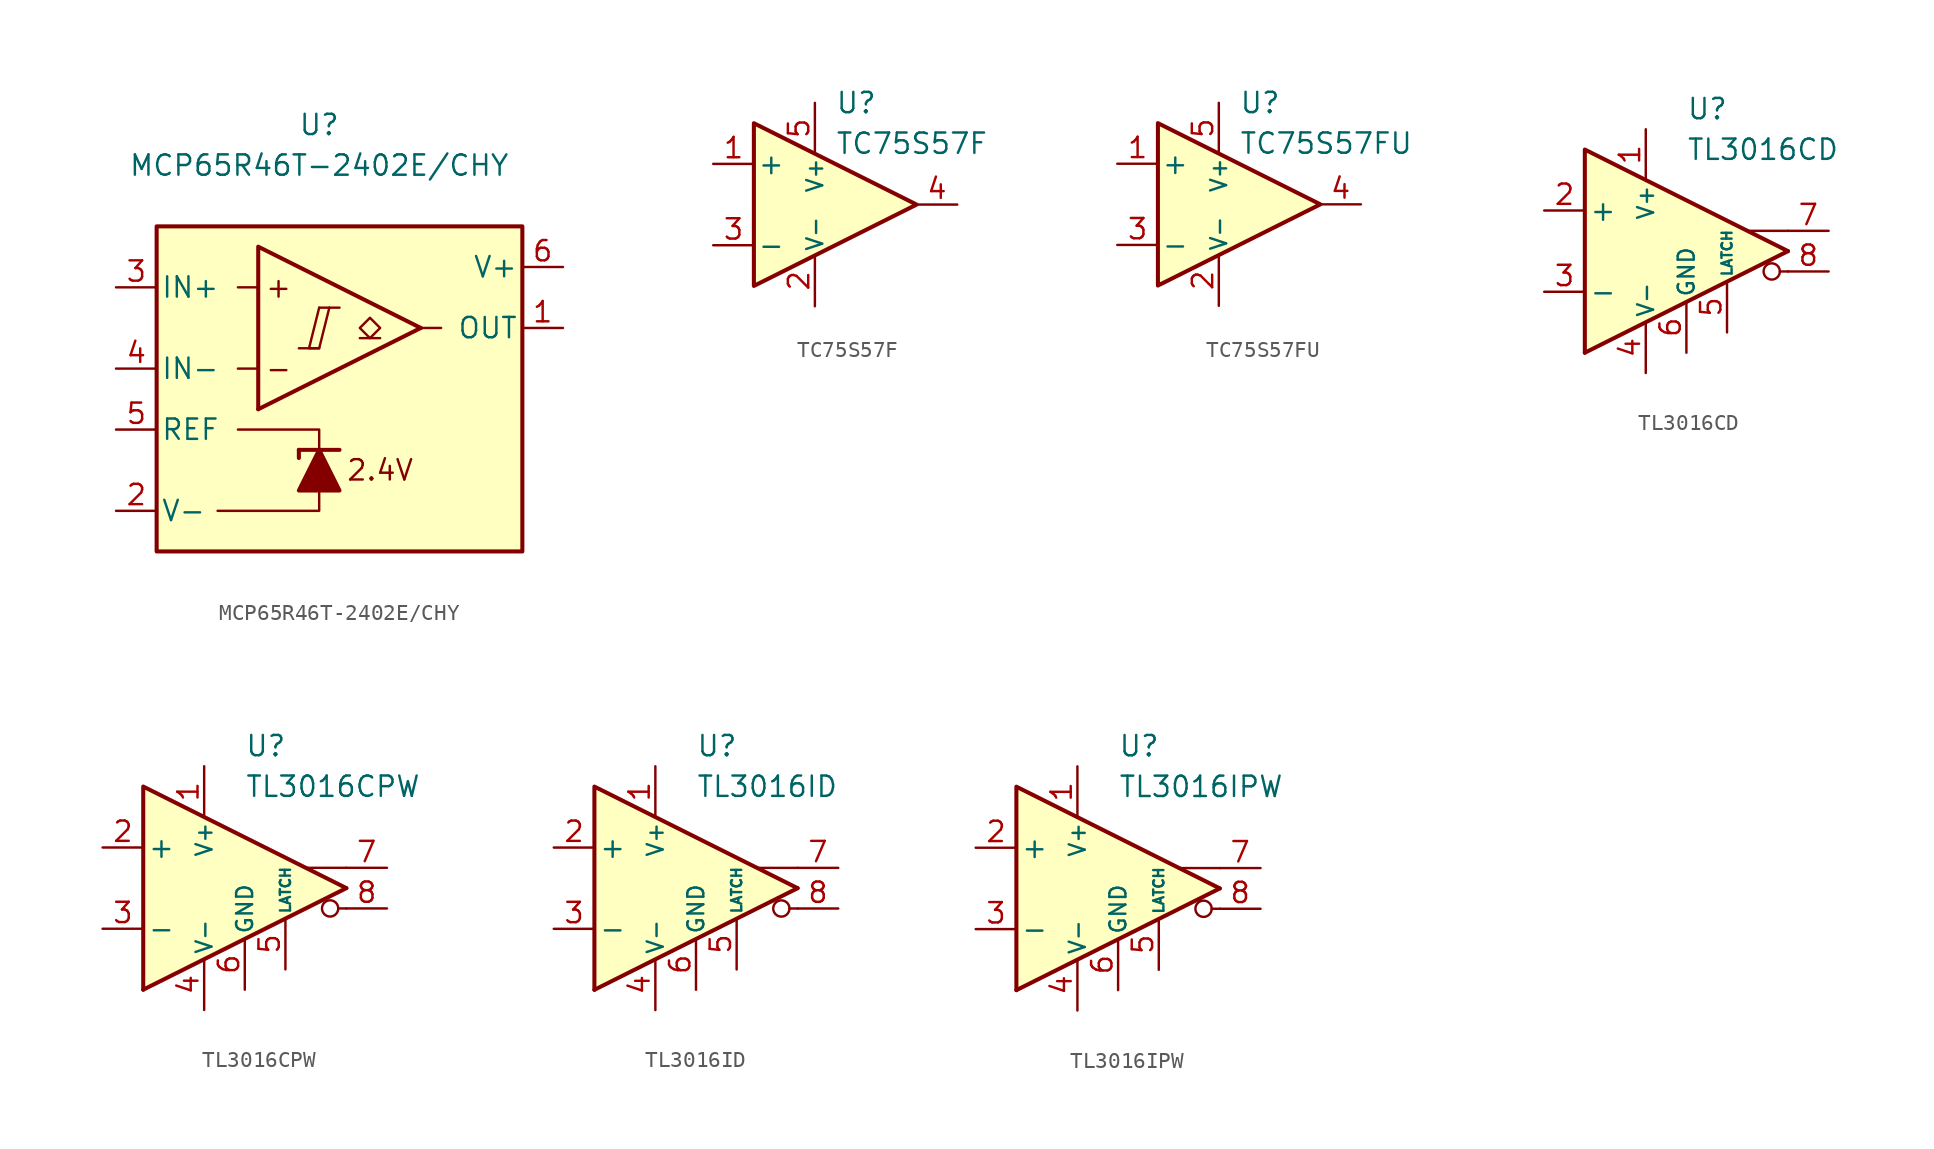
<source format=kicad_sym>
(kicad_symbol_lib
  (version 20231120)
  (generator "kicad_symbol_editor")
  (generator_version "8.0")
  (symbol "MCP65R46T-2402E/CHY"
    (pin_names
      (offset 0.254))
    (property "Reference" "U"
      (at 0 16.51 0)
      (effects (font (size 1.27 1.27))))
    (property "Value" "MCP65R46T-2402E{slash}CHY"
      (at 0 13.97 0)
      (effects (font (size 1.27 1.27))))
    (symbol "MCP65R46T-2402E/CHY_0_0"
      (polyline (pts (xy -1.27 2.54) (xy 0 2.54)) (stroke (width 0.152) (type default)) (fill (type none)))
      (polyline (pts (xy 0 5.08) (xy 1.27 5.08)) (stroke (width 0.152) (type default)) (fill (type none)))
      (polyline (pts (xy 6.35 3.81) (xy -3.81 -1.27)) (stroke (width 0.254) (type default)) (fill (type none)))
      (polyline (pts (xy 6.35 3.81) (xy -3.81 8.89) (xy -3.81 -1.27)) (stroke (width 0.254) (type default)) (fill (type background)))
      (polyline (pts (xy 0 5.08) (xy -0.635 2.54) (xy 0 2.54) (xy 0.635 5.08)) (stroke (width 0.152) (type default)) (fill (type none)))
      (text "+" (at -2.54 6.35 0) (effects (font (size 1.27 1.27))))
      (text "-" (at -2.54 1.27 0) (effects (font (size 1.27 1.27))))
      (text "2.4V" (at 3.81 -5.08 0) (effects (font (size 1.27 1.27)))))
    (symbol "MCP65R46T-2402E/CHY_0_1"
      (rectangle (start -10.16 10.16) (end 12.7 -10.16) (stroke (width 0.254) (type default)) (fill (type background)))
      (polyline (pts (xy -3.81 1.27) (xy -5.08 1.27)) (stroke (width 0) (type default)) (fill (type none)))
      (polyline (pts (xy -3.81 6.35) (xy -5.08 6.35)) (stroke (width 0) (type default)) (fill (type none)))
      (polyline (pts (xy -1.27 -3.81) (xy -1.27 -4.318)) (stroke (width 0.254) (type default)) (fill (type none)))
      (polyline (pts (xy -1.27 -3.81) (xy 1.27 -3.81)) (stroke (width 0.254) (type default)) (fill (type none)))
      (polyline (pts (xy 6.35 3.81) (xy 7.62 3.81)) (stroke (width 0) (type default)) (fill (type none)))
      (polyline (pts (xy 0 -6.35) (xy 0 -7.62) (xy -6.35 -7.62)) (stroke (width 0) (type default)) (fill (type none)))
      (polyline (pts (xy 0 -3.81) (xy 0 -2.54) (xy -5.08 -2.54)) (stroke (width 0) (type default)) (fill (type none)))
      (polyline (pts (xy 1.27 -6.35) (xy -1.27 -6.35) (xy 0 -3.81) (xy 1.27 -6.35)) (stroke (width 0.254) (type default)) (fill (type outline))))
    (symbol "MCP65R46T-2402E/CHY_1_1"
      (polyline (pts (xy 3.81 3.175) (xy 2.54 3.175)) (stroke (width 0.152) (type default)) (fill (type none)))
      (polyline (pts (xy 3.175 3.175) (xy 2.54 3.81) (xy 3.175 4.445) (xy 3.81 3.81) (xy 3.175 3.175)) (stroke (width 0.152) (type default)) (fill (type none)))
      (pin open_collector line (at 15.24 3.81 180) (length 2.54) (name "OUT" (effects (font (size 1.27 1.27)))) (number "1" (effects (font (size 1.27 1.27)))))
      (pin power_in line (at -12.7 -7.62 0) (length 2.54) (name "V-" (effects (font (size 1.27 1.27)))) (number "2" (effects (font (size 1.27 1.27)))))
      (pin input line (at -12.7 6.35 0) (length 2.54) (name "IN+" (effects (font (size 1.27 1.27)))) (number "3" (effects (font (size 1.27 1.27)))))
      (pin input line (at -12.7 1.27 0) (length 2.54) (name "IN-" (effects (font (size 1.27 1.27)))) (number "4" (effects (font (size 1.27 1.27)))))
      (pin output line (at -12.7 -2.54 0) (length 2.54) (name "REF" (effects (font (size 1.27 1.27)))) (number "5" (effects (font (size 1.27 1.27)))))
      (pin power_in line (at 15.24 7.62 180) (length 2.54) (name "V+" (effects (font (size 1.27 1.27)))) (number "6" (effects (font (size 1.27 1.27)))))))
  (symbol "TC75S57F"
    (pin_names
      (offset 0.2))
    (property "Reference" "U"
      (at 1.27 6.35 0)
      (effects (font (size 1.27 1.27)) (justify left)))
    (property "Value" "TC75S57F"
      (at 1.27 3.81 0)
      (effects (font (size 1.27 1.27)) (justify left)))
    (symbol "TC75S57F_0_1"
      (polyline (pts (xy -3.81 5.08) (xy -3.81 -5.08) (xy 6.35 0) (xy -3.81 5.08)) (stroke (width 0.254) (type default)) (fill (type background))))
    (symbol "TC75S57F_1_1"
      (pin input line (at -6.35 2.54 0) (length 2.54) (name "+" (effects (font (size 1.27 1.27)))) (number "1" (effects (font (size 1.27 1.27)))))
      (pin power_in line (at 0 -6.35 90) (length 3.18) (name "V-" (effects (font (size 1 1)))) (number "2" (effects (font (size 1.27 1.27)))))
      (pin input line (at -6.35 -2.54 0) (length 2.54) (name "-" (effects (font (size 1.27 1.27)))) (number "3" (effects (font (size 1.27 1.27)))))
      (pin output line (at 8.89 0 180) (length 2.54) (name "~" (effects (font (size 1.27 1.27)))) (number "4" (effects (font (size 1.27 1.27)))))
      (pin power_in line (at 0 6.35 270) (length 3.18) (name "V+" (effects (font (size 1 1)))) (number "5" (effects (font (size 1.27 1.27)))))))
  (symbol "TC75S57FU"
    (pin_names
      (offset 0.2))
    (property "Reference" "U"
      (at 1.27 6.35 0)
      (effects (font (size 1.27 1.27)) (justify left)))
    (property "Value" "TC75S57FU"
      (at 1.27 3.81 0)
      (effects (font (size 1.27 1.27)) (justify left)))
    (symbol "TC75S57FU_0_1"
      (polyline (pts (xy -3.81 5.08) (xy -3.81 -5.08) (xy 6.35 0) (xy -3.81 5.08)) (stroke (width 0.254) (type default)) (fill (type background))))
    (symbol "TC75S57FU_1_1"
      (pin input line (at -6.35 2.54 0) (length 2.54) (name "+" (effects (font (size 1.27 1.27)))) (number "1" (effects (font (size 1.27 1.27)))))
      (pin power_in line (at 0 -6.35 90) (length 3.18) (name "V-" (effects (font (size 1 1)))) (number "2" (effects (font (size 1.27 1.27)))))
      (pin input line (at -6.35 -2.54 0) (length 2.54) (name "-" (effects (font (size 1.27 1.27)))) (number "3" (effects (font (size 1.27 1.27)))))
      (pin output line (at 8.89 0 180) (length 2.54) (name "~" (effects (font (size 1.27 1.27)))) (number "4" (effects (font (size 1.27 1.27)))))
      (pin power_in line (at 0 6.35 270) (length 3.18) (name "V+" (effects (font (size 1 1)))) (number "5" (effects (font (size 1.27 1.27)))))))
  (symbol "TL3016CD"
    (pin_names
      (offset 0.254))
    (property "Reference" "U"
      (at 0 8.89 0)
      (effects (font (size 1.27 1.27)) (justify left)))
    (property "Value" "TL3016CD"
      (at 0 6.35 0)
      (effects (font (size 1.27 1.27)) (justify left)))
    (symbol "TL3016CD_0_0"
      (polyline (pts (xy 6.35 -1.27) (xy 5.842 -1.27)) (stroke (width 0.152) (type default)) (fill (type none)))
      (polyline (pts (xy 6.35 0) (xy -6.35 -6.35)) (stroke (width 0.254) (type default)) (fill (type none)))
      (polyline (pts (xy 6.35 1.27) (xy 3.81 1.27)) (stroke (width 0.152) (type default)) (fill (type none)))
      (polyline (pts (xy 6.35 0) (xy -6.35 6.35) (xy -6.35 -6.35)) (stroke (width 0.254) (type default)) (fill (type background)))
      (circle (center 5.334 -1.27) (radius 0.508) (stroke (width 0.152) (type default)) (fill (type none))))
    (symbol "TL3016CD_1_1"
      (pin power_in line (at -2.54 7.62 270) (length 3.18) (name "V+" (effects (font (size 1 1)))) (number "1" (effects (font (size 1.27 1.27)))))
      (pin input line (at -8.89 2.54 0) (length 2.54) (name "+" (effects (font (size 1.27 1.27)))) (number "2" (effects (font (size 1.27 1.27)))))
      (pin input line (at -8.89 -2.54 0) (length 2.54) (name "-" (effects (font (size 1.27 1.27)))) (number "3" (effects (font (size 1.27 1.27)))))
      (pin power_in line (at -2.54 -7.62 90) (length 3.18) (name "V-" (effects (font (size 1 1)))) (number "4" (effects (font (size 1.27 1.27)))))
      (pin input line (at 2.54 -5.08 90) (length 3.18) (name "LATCH" (effects (font (size 0.635 0.635)))) (number "5" (effects (font (size 1.27 1.27)))))
      (pin power_in line (at 0 -6.35 90) (length 3.18) (name "GND" (effects (font (size 1 1)))) (number "6" (effects (font (size 1.27 1.27)))))
      (pin output line (at 8.89 1.27 180) (length 2.54) (name "~" (effects (font (size 1.27 1.27)))) (number "7" (effects (font (size 1.27 1.27)))))
      (pin output line (at 8.89 -1.27 180) (length 2.54) (name "~" (effects (font (size 1.27 1.27)))) (number "8" (effects (font (size 1.27 1.27)))))))
  (symbol "TL3016CPW"
    (pin_names
      (offset 0.254))
    (property "Reference" "U"
      (at 0 8.89 0)
      (effects (font (size 1.27 1.27)) (justify left)))
    (property "Value" "TL3016CPW"
      (at 0 6.35 0)
      (effects (font (size 1.27 1.27)) (justify left)))
    (symbol "TL3016CPW_0_0"
      (polyline (pts (xy 6.35 -1.27) (xy 5.842 -1.27)) (stroke (width 0.152) (type default)) (fill (type none)))
      (polyline (pts (xy 6.35 0) (xy -6.35 -6.35)) (stroke (width 0.254) (type default)) (fill (type none)))
      (polyline (pts (xy 6.35 1.27) (xy 3.81 1.27)) (stroke (width 0.152) (type default)) (fill (type none)))
      (polyline (pts (xy 6.35 0) (xy -6.35 6.35) (xy -6.35 -6.35)) (stroke (width 0.254) (type default)) (fill (type background)))
      (circle (center 5.334 -1.27) (radius 0.508) (stroke (width 0.152) (type default)) (fill (type none))))
    (symbol "TL3016CPW_1_1"
      (pin power_in line (at -2.54 7.62 270) (length 3.18) (name "V+" (effects (font (size 1 1)))) (number "1" (effects (font (size 1.27 1.27)))))
      (pin input line (at -8.89 2.54 0) (length 2.54) (name "+" (effects (font (size 1.27 1.27)))) (number "2" (effects (font (size 1.27 1.27)))))
      (pin input line (at -8.89 -2.54 0) (length 2.54) (name "-" (effects (font (size 1.27 1.27)))) (number "3" (effects (font (size 1.27 1.27)))))
      (pin power_in line (at -2.54 -7.62 90) (length 3.18) (name "V-" (effects (font (size 1 1)))) (number "4" (effects (font (size 1.27 1.27)))))
      (pin input line (at 2.54 -5.08 90) (length 3.18) (name "LATCH" (effects (font (size 0.635 0.635)))) (number "5" (effects (font (size 1.27 1.27)))))
      (pin power_in line (at 0 -6.35 90) (length 3.18) (name "GND" (effects (font (size 1 1)))) (number "6" (effects (font (size 1.27 1.27)))))
      (pin output line (at 8.89 1.27 180) (length 2.54) (name "~" (effects (font (size 1.27 1.27)))) (number "7" (effects (font (size 1.27 1.27)))))
      (pin output line (at 8.89 -1.27 180) (length 2.54) (name "~" (effects (font (size 1.27 1.27)))) (number "8" (effects (font (size 1.27 1.27)))))))
  (symbol "TL3016ID"
    (pin_names
      (offset 0.254))
    (property "Reference" "U"
      (at 0 8.89 0)
      (effects (font (size 1.27 1.27)) (justify left)))
    (property "Value" "TL3016ID"
      (at 0 6.35 0)
      (effects (font (size 1.27 1.27)) (justify left)))
    (symbol "TL3016ID_0_0"
      (polyline (pts (xy 6.35 -1.27) (xy 5.842 -1.27)) (stroke (width 0.152) (type default)) (fill (type none)))
      (polyline (pts (xy 6.35 0) (xy -6.35 -6.35)) (stroke (width 0.254) (type default)) (fill (type none)))
      (polyline (pts (xy 6.35 1.27) (xy 3.81 1.27)) (stroke (width 0.152) (type default)) (fill (type none)))
      (polyline (pts (xy 6.35 0) (xy -6.35 6.35) (xy -6.35 -6.35)) (stroke (width 0.254) (type default)) (fill (type background)))
      (circle (center 5.334 -1.27) (radius 0.508) (stroke (width 0.152) (type default)) (fill (type none))))
    (symbol "TL3016ID_1_1"
      (pin power_in line (at -2.54 7.62 270) (length 3.18) (name "V+" (effects (font (size 1 1)))) (number "1" (effects (font (size 1.27 1.27)))))
      (pin input line (at -8.89 2.54 0) (length 2.54) (name "+" (effects (font (size 1.27 1.27)))) (number "2" (effects (font (size 1.27 1.27)))))
      (pin input line (at -8.89 -2.54 0) (length 2.54) (name "-" (effects (font (size 1.27 1.27)))) (number "3" (effects (font (size 1.27 1.27)))))
      (pin power_in line (at -2.54 -7.62 90) (length 3.18) (name "V-" (effects (font (size 1 1)))) (number "4" (effects (font (size 1.27 1.27)))))
      (pin input line (at 2.54 -5.08 90) (length 3.18) (name "LATCH" (effects (font (size 0.635 0.635)))) (number "5" (effects (font (size 1.27 1.27)))))
      (pin power_in line (at 0 -6.35 90) (length 3.18) (name "GND" (effects (font (size 1 1)))) (number "6" (effects (font (size 1.27 1.27)))))
      (pin output line (at 8.89 1.27 180) (length 2.54) (name "~" (effects (font (size 1.27 1.27)))) (number "7" (effects (font (size 1.27 1.27)))))
      (pin output line (at 8.89 -1.27 180) (length 2.54) (name "~" (effects (font (size 1.27 1.27)))) (number "8" (effects (font (size 1.27 1.27)))))))
  (symbol "TL3016IPW"
    (pin_names
      (offset 0.254))
    (property "Reference" "U"
      (at 0 8.89 0)
      (effects (font (size 1.27 1.27)) (justify left)))
    (property "Value" "TL3016IPW"
      (at 0 6.35 0)
      (effects (font (size 1.27 1.27)) (justify left)))
    (symbol "TL3016IPW_0_0"
      (polyline (pts (xy 6.35 -1.27) (xy 5.842 -1.27)) (stroke (width 0.152) (type default)) (fill (type none)))
      (polyline (pts (xy 6.35 0) (xy -6.35 -6.35)) (stroke (width 0.254) (type default)) (fill (type none)))
      (polyline (pts (xy 6.35 1.27) (xy 3.81 1.27)) (stroke (width 0.152) (type default)) (fill (type none)))
      (polyline (pts (xy 6.35 0) (xy -6.35 6.35) (xy -6.35 -6.35)) (stroke (width 0.254) (type default)) (fill (type background)))
      (circle (center 5.334 -1.27) (radius 0.508) (stroke (width 0.152) (type default)) (fill (type none))))
    (symbol "TL3016IPW_1_1"
      (pin power_in line (at -2.54 7.62 270) (length 3.18) (name "V+" (effects (font (size 1 1)))) (number "1" (effects (font (size 1.27 1.27)))))
      (pin input line (at -8.89 2.54 0) (length 2.54) (name "+" (effects (font (size 1.27 1.27)))) (number "2" (effects (font (size 1.27 1.27)))))
      (pin input line (at -8.89 -2.54 0) (length 2.54) (name "-" (effects (font (size 1.27 1.27)))) (number "3" (effects (font (size 1.27 1.27)))))
      (pin power_in line (at -2.54 -7.62 90) (length 3.18) (name "V-" (effects (font (size 1 1)))) (number "4" (effects (font (size 1.27 1.27)))))
      (pin input line (at 2.54 -5.08 90) (length 3.18) (name "LATCH" (effects (font (size 0.635 0.635)))) (number "5" (effects (font (size 1.27 1.27)))))
      (pin power_in line (at 0 -6.35 90) (length 3.18) (name "GND" (effects (font (size 1 1)))) (number "6" (effects (font (size 1.27 1.27)))))
      (pin output line (at 8.89 1.27 180) (length 2.54) (name "~" (effects (font (size 1.27 1.27)))) (number "7" (effects (font (size 1.27 1.27)))))
      (pin output line (at 8.89 -1.27 180) (length 2.54) (name "~" (effects (font (size 1.27 1.27)))) (number "8" (effects (font (size 1.27 1.27))))))))
</source>
